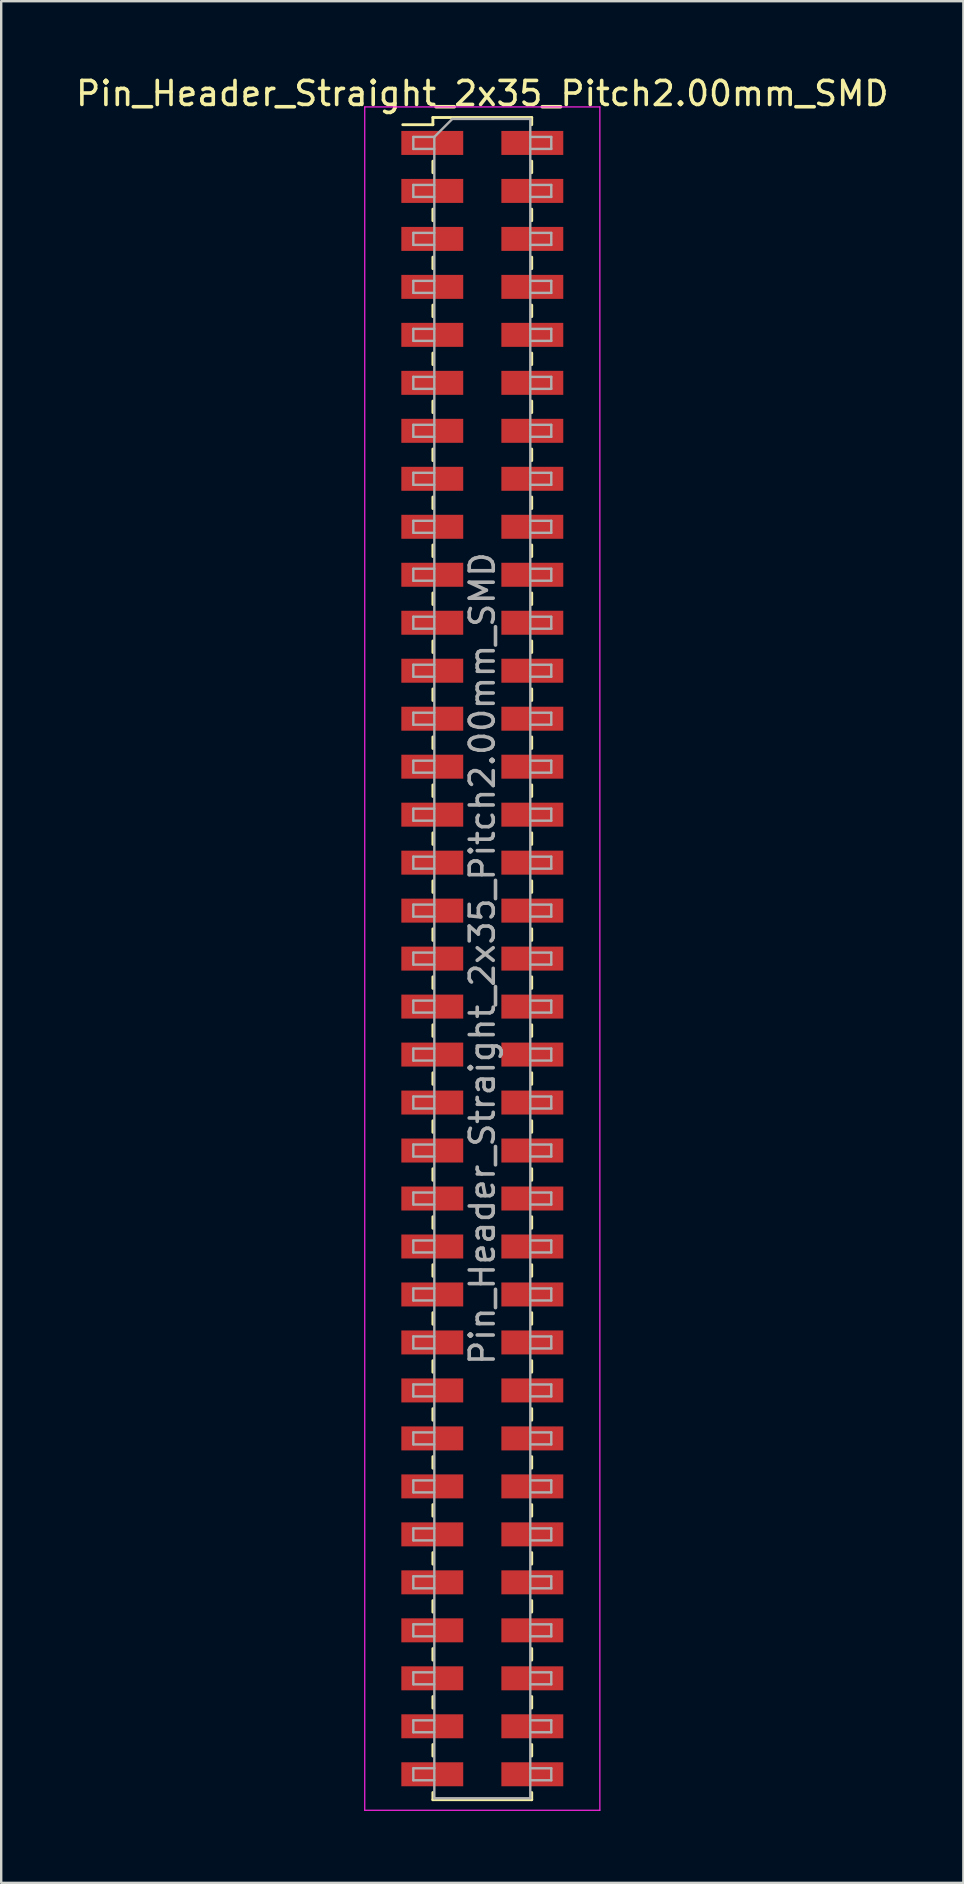
<source format=kicad_pcb>
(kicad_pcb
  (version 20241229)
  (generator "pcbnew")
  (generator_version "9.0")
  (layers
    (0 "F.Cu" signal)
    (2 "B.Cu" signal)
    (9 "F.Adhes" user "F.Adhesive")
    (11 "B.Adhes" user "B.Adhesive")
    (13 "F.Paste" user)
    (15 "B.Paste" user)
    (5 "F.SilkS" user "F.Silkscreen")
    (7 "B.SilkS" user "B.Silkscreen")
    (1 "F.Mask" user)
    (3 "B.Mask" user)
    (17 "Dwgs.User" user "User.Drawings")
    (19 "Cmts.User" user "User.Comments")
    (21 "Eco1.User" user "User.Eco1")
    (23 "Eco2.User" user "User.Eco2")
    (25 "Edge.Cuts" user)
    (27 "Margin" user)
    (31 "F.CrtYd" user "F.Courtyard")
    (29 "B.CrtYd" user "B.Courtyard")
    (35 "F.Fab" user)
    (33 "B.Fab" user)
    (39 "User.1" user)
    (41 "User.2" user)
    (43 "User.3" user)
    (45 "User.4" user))
  (footprint "Pin_Header_Straight_2x35_Pitch2.00mm_SMD"
    (layer "F.Cu")
    (at 17.054 36.908)
    (property "Reference" "Pin_Header_Straight_2x35_Pitch2.00mm_SMD" (at 0 -36.06 0) (layer "F.SilkS") (effects (font (size 1 1) (thickness 0.15))))
    (attr smd)
    (fp_line (start -3.315 -34.76) (end -2.06 -34.76) (stroke (width 0.12) (type solid)) (layer "F.SilkS"))
    (fp_line (start -2.06 -35.06) (end -2.06 -34.76) (stroke (width 0.12) (type solid)) (layer "F.SilkS"))
    (fp_line (start -2.06 -35.06) (end 2.06 -35.06) (stroke (width 0.12) (type solid)) (layer "F.SilkS"))
    (fp_line (start -2.06 -33.24) (end -2.06 -32.76) (stroke (width 0.12) (type solid)) (layer "F.SilkS"))
    (fp_line (start -2.06 -31.24) (end -2.06 -30.76) (stroke (width 0.12) (type solid)) (layer "F.SilkS"))
    (fp_line (start -2.06 -29.24) (end -2.06 -28.76) (stroke (width 0.12) (type solid)) (layer "F.SilkS"))
    (fp_line (start -2.06 -27.24) (end -2.06 -26.76) (stroke (width 0.12) (type solid)) (layer "F.SilkS"))
    (fp_line (start -2.06 -25.24) (end -2.06 -24.76) (stroke (width 0.12) (type solid)) (layer "F.SilkS"))
    (fp_line (start -2.06 -23.24) (end -2.06 -22.76) (stroke (width 0.12) (type solid)) (layer "F.SilkS"))
    (fp_line (start -2.06 -21.24) (end -2.06 -20.76) (stroke (width 0.12) (type solid)) (layer "F.SilkS"))
    (fp_line (start -2.06 -19.24) (end -2.06 -18.76) (stroke (width 0.12) (type solid)) (layer "F.SilkS"))
    (fp_line (start -2.06 -17.24) (end -2.06 -16.76) (stroke (width 0.12) (type solid)) (layer "F.SilkS"))
    (fp_line (start -2.06 -15.24) (end -2.06 -14.76) (stroke (width 0.12) (type solid)) (layer "F.SilkS"))
    (fp_line (start -2.06 -13.24) (end -2.06 -12.76) (stroke (width 0.12) (type solid)) (layer "F.SilkS"))
    (fp_line (start -2.06 -11.24) (end -2.06 -10.76) (stroke (width 0.12) (type solid)) (layer "F.SilkS"))
    (fp_line (start -2.06 -9.24) (end -2.06 -8.76) (stroke (width 0.12) (type solid)) (layer "F.SilkS"))
    (fp_line (start -2.06 -7.24) (end -2.06 -6.76) (stroke (width 0.12) (type solid)) (layer "F.SilkS"))
    (fp_line (start -2.06 -5.24) (end -2.06 -4.76) (stroke (width 0.12) (type solid)) (layer "F.SilkS"))
    (fp_line (start -2.06 -3.24) (end -2.06 -2.76) (stroke (width 0.12) (type solid)) (layer "F.SilkS"))
    (fp_line (start -2.06 -1.24) (end -2.06 -0.76) (stroke (width 0.12) (type solid)) (layer "F.SilkS"))
    (fp_line (start -2.06 0.76) (end -2.06 1.24) (stroke (width 0.12) (type solid)) (layer "F.SilkS"))
    (fp_line (start -2.06 2.76) (end -2.06 3.24) (stroke (width 0.12) (type solid)) (layer "F.SilkS"))
    (fp_line (start -2.06 4.76) (end -2.06 5.24) (stroke (width 0.12) (type solid)) (layer "F.SilkS"))
    (fp_line (start -2.06 6.76) (end -2.06 7.24) (stroke (width 0.12) (type solid)) (layer "F.SilkS"))
    (fp_line (start -2.06 8.76) (end -2.06 9.24) (stroke (width 0.12) (type solid)) (layer "F.SilkS"))
    (fp_line (start -2.06 10.76) (end -2.06 11.24) (stroke (width 0.12) (type solid)) (layer "F.SilkS"))
    (fp_line (start -2.06 12.76) (end -2.06 13.24) (stroke (width 0.12) (type solid)) (layer "F.SilkS"))
    (fp_line (start -2.06 14.76) (end -2.06 15.24) (stroke (width 0.12) (type solid)) (layer "F.SilkS"))
    (fp_line (start -2.06 16.76) (end -2.06 17.24) (stroke (width 0.12) (type solid)) (layer "F.SilkS"))
    (fp_line (start -2.06 18.76) (end -2.06 19.24) (stroke (width 0.12) (type solid)) (layer "F.SilkS"))
    (fp_line (start -2.06 20.76) (end -2.06 21.24) (stroke (width 0.12) (type solid)) (layer "F.SilkS"))
    (fp_line (start -2.06 22.76) (end -2.06 23.24) (stroke (width 0.12) (type solid)) (layer "F.SilkS"))
    (fp_line (start -2.06 24.76) (end -2.06 25.24) (stroke (width 0.12) (type solid)) (layer "F.SilkS"))
    (fp_line (start -2.06 26.76) (end -2.06 27.24) (stroke (width 0.12) (type solid)) (layer "F.SilkS"))
    (fp_line (start -2.06 28.76) (end -2.06 29.24) (stroke (width 0.12) (type solid)) (layer "F.SilkS"))
    (fp_line (start -2.06 30.76) (end -2.06 31.24) (stroke (width 0.12) (type solid)) (layer "F.SilkS"))
    (fp_line (start -2.06 32.76) (end -2.06 33.24) (stroke (width 0.12) (type solid)) (layer "F.SilkS"))
    (fp_line (start -2.06 34.76) (end -2.06 35.06) (stroke (width 0.12) (type solid)) (layer "F.SilkS"))
    (fp_line (start -2.06 35.06) (end 2.06 35.06) (stroke (width 0.12) (type solid)) (layer "F.SilkS"))
    (fp_line (start 2.06 -35.06) (end 2.06 -34.76) (stroke (width 0.12) (type solid)) (layer "F.SilkS"))
    (fp_line (start 2.06 -33.24) (end 2.06 -32.76) (stroke (width 0.12) (type solid)) (layer "F.SilkS"))
    (fp_line (start 2.06 -31.24) (end 2.06 -30.76) (stroke (width 0.12) (type solid)) (layer "F.SilkS"))
    (fp_line (start 2.06 -29.24) (end 2.06 -28.76) (stroke (width 0.12) (type solid)) (layer "F.SilkS"))
    (fp_line (start 2.06 -27.24) (end 2.06 -26.76) (stroke (width 0.12) (type solid)) (layer "F.SilkS"))
    (fp_line (start 2.06 -25.24) (end 2.06 -24.76) (stroke (width 0.12) (type solid)) (layer "F.SilkS"))
    (fp_line (start 2.06 -23.24) (end 2.06 -22.76) (stroke (width 0.12) (type solid)) (layer "F.SilkS"))
    (fp_line (start 2.06 -21.24) (end 2.06 -20.76) (stroke (width 0.12) (type solid)) (layer "F.SilkS"))
    (fp_line (start 2.06 -19.24) (end 2.06 -18.76) (stroke (width 0.12) (type solid)) (layer "F.SilkS"))
    (fp_line (start 2.06 -17.24) (end 2.06 -16.76) (stroke (width 0.12) (type solid)) (layer "F.SilkS"))
    (fp_line (start 2.06 -15.24) (end 2.06 -14.76) (stroke (width 0.12) (type solid)) (layer "F.SilkS"))
    (fp_line (start 2.06 -13.24) (end 2.06 -12.76) (stroke (width 0.12) (type solid)) (layer "F.SilkS"))
    (fp_line (start 2.06 -11.24) (end 2.06 -10.76) (stroke (width 0.12) (type solid)) (layer "F.SilkS"))
    (fp_line (start 2.06 -9.24) (end 2.06 -8.76) (stroke (width 0.12) (type solid)) (layer "F.SilkS"))
    (fp_line (start 2.06 -7.24) (end 2.06 -6.76) (stroke (width 0.12) (type solid)) (layer "F.SilkS"))
    (fp_line (start 2.06 -5.24) (end 2.06 -4.76) (stroke (width 0.12) (type solid)) (layer "F.SilkS"))
    (fp_line (start 2.06 -3.24) (end 2.06 -2.76) (stroke (width 0.12) (type solid)) (layer "F.SilkS"))
    (fp_line (start 2.06 -1.24) (end 2.06 -0.76) (stroke (width 0.12) (type solid)) (layer "F.SilkS"))
    (fp_line (start 2.06 0.76) (end 2.06 1.24) (stroke (width 0.12) (type solid)) (layer "F.SilkS"))
    (fp_line (start 2.06 2.76) (end 2.06 3.24) (stroke (width 0.12) (type solid)) (layer "F.SilkS"))
    (fp_line (start 2.06 4.76) (end 2.06 5.24) (stroke (width 0.12) (type solid)) (layer "F.SilkS"))
    (fp_line (start 2.06 6.76) (end 2.06 7.24) (stroke (width 0.12) (type solid)) (layer "F.SilkS"))
    (fp_line (start 2.06 8.76) (end 2.06 9.24) (stroke (width 0.12) (type solid)) (layer "F.SilkS"))
    (fp_line (start 2.06 10.76) (end 2.06 11.24) (stroke (width 0.12) (type solid)) (layer "F.SilkS"))
    (fp_line (start 2.06 12.76) (end 2.06 13.24) (stroke (width 0.12) (type solid)) (layer "F.SilkS"))
    (fp_line (start 2.06 14.76) (end 2.06 15.24) (stroke (width 0.12) (type solid)) (layer "F.SilkS"))
    (fp_line (start 2.06 16.76) (end 2.06 17.24) (stroke (width 0.12) (type solid)) (layer "F.SilkS"))
    (fp_line (start 2.06 18.76) (end 2.06 19.24) (stroke (width 0.12) (type solid)) (layer "F.SilkS"))
    (fp_line (start 2.06 20.76) (end 2.06 21.24) (stroke (width 0.12) (type solid)) (layer "F.SilkS"))
    (fp_line (start 2.06 22.76) (end 2.06 23.24) (stroke (width 0.12) (type solid)) (layer "F.SilkS"))
    (fp_line (start 2.06 24.76) (end 2.06 25.24) (stroke (width 0.12) (type solid)) (layer "F.SilkS"))
    (fp_line (start 2.06 26.76) (end 2.06 27.24) (stroke (width 0.12) (type solid)) (layer "F.SilkS"))
    (fp_line (start 2.06 28.76) (end 2.06 29.24) (stroke (width 0.12) (type solid)) (layer "F.SilkS"))
    (fp_line (start 2.06 30.76) (end 2.06 31.24) (stroke (width 0.12) (type solid)) (layer "F.SilkS"))
    (fp_line (start 2.06 32.76) (end 2.06 33.24) (stroke (width 0.12) (type solid)) (layer "F.SilkS"))
    (fp_line (start 2.06 34.76) (end 2.06 35.06) (stroke (width 0.12) (type solid)) (layer "F.SilkS"))
    (fp_line (start -4.9 -35.5) (end -4.9 35.5) (stroke (width 0.05) (type solid)) (layer "F.CrtYd"))
    (fp_line (start -4.9 35.5) (end 4.9 35.5) (stroke (width 0.05) (type solid)) (layer "F.CrtYd"))
    (fp_line (start 4.9 -35.5) (end -4.9 -35.5) (stroke (width 0.05) (type solid)) (layer "F.CrtYd"))
    (fp_line (start 4.9 35.5) (end 4.9 -35.5) (stroke (width 0.05) (type solid)) (layer "F.CrtYd"))
    (fp_line (start -2.875 -34.25) (end -2.875 -33.75) (stroke (width 0.1) (type solid)) (layer "F.Fab"))
    (fp_line (start -2.875 -33.75) (end -2 -33.75) (stroke (width 0.1) (type solid)) (layer "F.Fab"))
    (fp_line (start -2.875 -32.25) (end -2.875 -31.75) (stroke (width 0.1) (type solid)) (layer "F.Fab"))
    (fp_line (start -2.875 -31.75) (end -2 -31.75) (stroke (width 0.1) (type solid)) (layer "F.Fab"))
    (fp_line (start -2.875 -30.25) (end -2.875 -29.75) (stroke (width 0.1) (type solid)) (layer "F.Fab"))
    (fp_line (start -2.875 -29.75) (end -2 -29.75) (stroke (width 0.1) (type solid)) (layer "F.Fab"))
    (fp_line (start -2.875 -28.25) (end -2.875 -27.75) (stroke (width 0.1) (type solid)) (layer "F.Fab"))
    (fp_line (start -2.875 -27.75) (end -2 -27.75) (stroke (width 0.1) (type solid)) (layer "F.Fab"))
    (fp_line (start -2.875 -26.25) (end -2.875 -25.75) (stroke (width 0.1) (type solid)) (layer "F.Fab"))
    (fp_line (start -2.875 -25.75) (end -2 -25.75) (stroke (width 0.1) (type solid)) (layer "F.Fab"))
    (fp_line (start -2.875 -24.25) (end -2.875 -23.75) (stroke (width 0.1) (type solid)) (layer "F.Fab"))
    (fp_line (start -2.875 -23.75) (end -2 -23.75) (stroke (width 0.1) (type solid)) (layer "F.Fab"))
    (fp_line (start -2.875 -22.25) (end -2.875 -21.75) (stroke (width 0.1) (type solid)) (layer "F.Fab"))
    (fp_line (start -2.875 -21.75) (end -2 -21.75) (stroke (width 0.1) (type solid)) (layer "F.Fab"))
    (fp_line (start -2.875 -20.25) (end -2.875 -19.75) (stroke (width 0.1) (type solid)) (layer "F.Fab"))
    (fp_line (start -2.875 -19.75) (end -2 -19.75) (stroke (width 0.1) (type solid)) (layer "F.Fab"))
    (fp_line (start -2.875 -18.25) (end -2.875 -17.75) (stroke (width 0.1) (type solid)) (layer "F.Fab"))
    (fp_line (start -2.875 -17.75) (end -2 -17.75) (stroke (width 0.1) (type solid)) (layer "F.Fab"))
    (fp_line (start -2.875 -16.25) (end -2.875 -15.75) (stroke (width 0.1) (type solid)) (layer "F.Fab"))
    (fp_line (start -2.875 -15.75) (end -2 -15.75) (stroke (width 0.1) (type solid)) (layer "F.Fab"))
    (fp_line (start -2.875 -14.25) (end -2.875 -13.75) (stroke (width 0.1) (type solid)) (layer "F.Fab"))
    (fp_line (start -2.875 -13.75) (end -2 -13.75) (stroke (width 0.1) (type solid)) (layer "F.Fab"))
    (fp_line (start -2.875 -12.25) (end -2.875 -11.75) (stroke (width 0.1) (type solid)) (layer "F.Fab"))
    (fp_line (start -2.875 -11.75) (end -2 -11.75) (stroke (width 0.1) (type solid)) (layer "F.Fab"))
    (fp_line (start -2.875 -10.25) (end -2.875 -9.75) (stroke (width 0.1) (type solid)) (layer "F.Fab"))
    (fp_line (start -2.875 -9.75) (end -2 -9.75) (stroke (width 0.1) (type solid)) (layer "F.Fab"))
    (fp_line (start -2.875 -8.25) (end -2.875 -7.75) (stroke (width 0.1) (type solid)) (layer "F.Fab"))
    (fp_line (start -2.875 -7.75) (end -2 -7.75) (stroke (width 0.1) (type solid)) (layer "F.Fab"))
    (fp_line (start -2.875 -6.25) (end -2.875 -5.75) (stroke (width 0.1) (type solid)) (layer "F.Fab"))
    (fp_line (start -2.875 -5.75) (end -2 -5.75) (stroke (width 0.1) (type solid)) (layer "F.Fab"))
    (fp_line (start -2.875 -4.25) (end -2.875 -3.75) (stroke (width 0.1) (type solid)) (layer "F.Fab"))
    (fp_line (start -2.875 -3.75) (end -2 -3.75) (stroke (width 0.1) (type solid)) (layer "F.Fab"))
    (fp_line (start -2.875 -2.25) (end -2.875 -1.75) (stroke (width 0.1) (type solid)) (layer "F.Fab"))
    (fp_line (start -2.875 -1.75) (end -2 -1.75) (stroke (width 0.1) (type solid)) (layer "F.Fab"))
    (fp_line (start -2.875 -0.25) (end -2.875 0.25) (stroke (width 0.1) (type solid)) (layer "F.Fab"))
    (fp_line (start -2.875 0.25) (end -2 0.25) (stroke (width 0.1) (type solid)) (layer "F.Fab"))
    (fp_line (start -2.875 1.75) (end -2.875 2.25) (stroke (width 0.1) (type solid)) (layer "F.Fab"))
    (fp_line (start -2.875 2.25) (end -2 2.25) (stroke (width 0.1) (type solid)) (layer "F.Fab"))
    (fp_line (start -2.875 3.75) (end -2.875 4.25) (stroke (width 0.1) (type solid)) (layer "F.Fab"))
    (fp_line (start -2.875 4.25) (end -2 4.25) (stroke (width 0.1) (type solid)) (layer "F.Fab"))
    (fp_line (start -2.875 5.75) (end -2.875 6.25) (stroke (width 0.1) (type solid)) (layer "F.Fab"))
    (fp_line (start -2.875 6.25) (end -2 6.25) (stroke (width 0.1) (type solid)) (layer "F.Fab"))
    (fp_line (start -2.875 7.75) (end -2.875 8.25) (stroke (width 0.1) (type solid)) (layer "F.Fab"))
    (fp_line (start -2.875 8.25) (end -2 8.25) (stroke (width 0.1) (type solid)) (layer "F.Fab"))
    (fp_line (start -2.875 9.75) (end -2.875 10.25) (stroke (width 0.1) (type solid)) (layer "F.Fab"))
    (fp_line (start -2.875 10.25) (end -2 10.25) (stroke (width 0.1) (type solid)) (layer "F.Fab"))
    (fp_line (start -2.875 11.75) (end -2.875 12.25) (stroke (width 0.1) (type solid)) (layer "F.Fab"))
    (fp_line (start -2.875 12.25) (end -2 12.25) (stroke (width 0.1) (type solid)) (layer "F.Fab"))
    (fp_line (start -2.875 13.75) (end -2.875 14.25) (stroke (width 0.1) (type solid)) (layer "F.Fab"))
    (fp_line (start -2.875 14.25) (end -2 14.25) (stroke (width 0.1) (type solid)) (layer "F.Fab"))
    (fp_line (start -2.875 15.75) (end -2.875 16.25) (stroke (width 0.1) (type solid)) (layer "F.Fab"))
    (fp_line (start -2.875 16.25) (end -2 16.25) (stroke (width 0.1) (type solid)) (layer "F.Fab"))
    (fp_line (start -2.875 17.75) (end -2.875 18.25) (stroke (width 0.1) (type solid)) (layer "F.Fab"))
    (fp_line (start -2.875 18.25) (end -2 18.25) (stroke (width 0.1) (type solid)) (layer "F.Fab"))
    (fp_line (start -2.875 19.75) (end -2.875 20.25) (stroke (width 0.1) (type solid)) (layer "F.Fab"))
    (fp_line (start -2.875 20.25) (end -2 20.25) (stroke (width 0.1) (type solid)) (layer "F.Fab"))
    (fp_line (start -2.875 21.75) (end -2.875 22.25) (stroke (width 0.1) (type solid)) (layer "F.Fab"))
    (fp_line (start -2.875 22.25) (end -2 22.25) (stroke (width 0.1) (type solid)) (layer "F.Fab"))
    (fp_line (start -2.875 23.75) (end -2.875 24.25) (stroke (width 0.1) (type solid)) (layer "F.Fab"))
    (fp_line (start -2.875 24.25) (end -2 24.25) (stroke (width 0.1) (type solid)) (layer "F.Fab"))
    (fp_line (start -2.875 25.75) (end -2.875 26.25) (stroke (width 0.1) (type solid)) (layer "F.Fab"))
    (fp_line (start -2.875 26.25) (end -2 26.25) (stroke (width 0.1) (type solid)) (layer "F.Fab"))
    (fp_line (start -2.875 27.75) (end -2.875 28.25) (stroke (width 0.1) (type solid)) (layer "F.Fab"))
    (fp_line (start -2.875 28.25) (end -2 28.25) (stroke (width 0.1) (type solid)) (layer "F.Fab"))
    (fp_line (start -2.875 29.75) (end -2.875 30.25) (stroke (width 0.1) (type solid)) (layer "F.Fab"))
    (fp_line (start -2.875 30.25) (end -2 30.25) (stroke (width 0.1) (type solid)) (layer "F.Fab"))
    (fp_line (start -2.875 31.75) (end -2.875 32.25) (stroke (width 0.1) (type solid)) (layer "F.Fab"))
    (fp_line (start -2.875 32.25) (end -2 32.25) (stroke (width 0.1) (type solid)) (layer "F.Fab"))
    (fp_line (start -2.875 33.75) (end -2.875 34.25) (stroke (width 0.1) (type solid)) (layer "F.Fab"))
    (fp_line (start -2.875 34.25) (end -2 34.25) (stroke (width 0.1) (type solid)) (layer "F.Fab"))
    (fp_line (start -2 -34.25) (end -2.875 -34.25) (stroke (width 0.1) (type solid)) (layer "F.Fab"))
    (fp_line (start -2 -34.25) (end -1.25 -35) (stroke (width 0.1) (type solid)) (layer "F.Fab"))
    (fp_line (start -2 -32.25) (end -2.875 -32.25) (stroke (width 0.1) (type solid)) (layer "F.Fab"))
    (fp_line (start -2 -30.25) (end -2.875 -30.25) (stroke (width 0.1) (type solid)) (layer "F.Fab"))
    (fp_line (start -2 -28.25) (end -2.875 -28.25) (stroke (width 0.1) (type solid)) (layer "F.Fab"))
    (fp_line (start -2 -26.25) (end -2.875 -26.25) (stroke (width 0.1) (type solid)) (layer "F.Fab"))
    (fp_line (start -2 -24.25) (end -2.875 -24.25) (stroke (width 0.1) (type solid)) (layer "F.Fab"))
    (fp_line (start -2 -22.25) (end -2.875 -22.25) (stroke (width 0.1) (type solid)) (layer "F.Fab"))
    (fp_line (start -2 -20.25) (end -2.875 -20.25) (stroke (width 0.1) (type solid)) (layer "F.Fab"))
    (fp_line (start -2 -18.25) (end -2.875 -18.25) (stroke (width 0.1) (type solid)) (layer "F.Fab"))
    (fp_line (start -2 -16.25) (end -2.875 -16.25) (stroke (width 0.1) (type solid)) (layer "F.Fab"))
    (fp_line (start -2 -14.25) (end -2.875 -14.25) (stroke (width 0.1) (type solid)) (layer "F.Fab"))
    (fp_line (start -2 -12.25) (end -2.875 -12.25) (stroke (width 0.1) (type solid)) (layer "F.Fab"))
    (fp_line (start -2 -10.25) (end -2.875 -10.25) (stroke (width 0.1) (type solid)) (layer "F.Fab"))
    (fp_line (start -2 -8.25) (end -2.875 -8.25) (stroke (width 0.1) (type solid)) (layer "F.Fab"))
    (fp_line (start -2 -6.25) (end -2.875 -6.25) (stroke (width 0.1) (type solid)) (layer "F.Fab"))
    (fp_line (start -2 -4.25) (end -2.875 -4.25) (stroke (width 0.1) (type solid)) (layer "F.Fab"))
    (fp_line (start -2 -2.25) (end -2.875 -2.25) (stroke (width 0.1) (type solid)) (layer "F.Fab"))
    (fp_line (start -2 -0.25) (end -2.875 -0.25) (stroke (width 0.1) (type solid)) (layer "F.Fab"))
    (fp_line (start -2 1.75) (end -2.875 1.75) (stroke (width 0.1) (type solid)) (layer "F.Fab"))
    (fp_line (start -2 3.75) (end -2.875 3.75) (stroke (width 0.1) (type solid)) (layer "F.Fab"))
    (fp_line (start -2 5.75) (end -2.875 5.75) (stroke (width 0.1) (type solid)) (layer "F.Fab"))
    (fp_line (start -2 7.75) (end -2.875 7.75) (stroke (width 0.1) (type solid)) (layer "F.Fab"))
    (fp_line (start -2 9.75) (end -2.875 9.75) (stroke (width 0.1) (type solid)) (layer "F.Fab"))
    (fp_line (start -2 11.75) (end -2.875 11.75) (stroke (width 0.1) (type solid)) (layer "F.Fab"))
    (fp_line (start -2 13.75) (end -2.875 13.75) (stroke (width 0.1) (type solid)) (layer "F.Fab"))
    (fp_line (start -2 15.75) (end -2.875 15.75) (stroke (width 0.1) (type solid)) (layer "F.Fab"))
    (fp_line (start -2 17.75) (end -2.875 17.75) (stroke (width 0.1) (type solid)) (layer "F.Fab"))
    (fp_line (start -2 19.75) (end -2.875 19.75) (stroke (width 0.1) (type solid)) (layer "F.Fab"))
    (fp_line (start -2 21.75) (end -2.875 21.75) (stroke (width 0.1) (type solid)) (layer "F.Fab"))
    (fp_line (start -2 23.75) (end -2.875 23.75) (stroke (width 0.1) (type solid)) (layer "F.Fab"))
    (fp_line (start -2 25.75) (end -2.875 25.75) (stroke (width 0.1) (type solid)) (layer "F.Fab"))
    (fp_line (start -2 27.75) (end -2.875 27.75) (stroke (width 0.1) (type solid)) (layer "F.Fab"))
    (fp_line (start -2 29.75) (end -2.875 29.75) (stroke (width 0.1) (type solid)) (layer "F.Fab"))
    (fp_line (start -2 31.75) (end -2.875 31.75) (stroke (width 0.1) (type solid)) (layer "F.Fab"))
    (fp_line (start -2 33.75) (end -2.875 33.75) (stroke (width 0.1) (type solid)) (layer "F.Fab"))
    (fp_line (start -2 35) (end -2 -34.25) (stroke (width 0.1) (type solid)) (layer "F.Fab"))
    (fp_line (start -1.25 -35) (end 2 -35) (stroke (width 0.1) (type solid)) (layer "F.Fab"))
    (fp_line (start 2 -35) (end 2 35) (stroke (width 0.1) (type solid)) (layer "F.Fab"))
    (fp_line (start 2 -34.25) (end 2.875 -34.25) (stroke (width 0.1) (type solid)) (layer "F.Fab"))
    (fp_line (start 2 -32.25) (end 2.875 -32.25) (stroke (width 0.1) (type solid)) (layer "F.Fab"))
    (fp_line (start 2 -30.25) (end 2.875 -30.25) (stroke (width 0.1) (type solid)) (layer "F.Fab"))
    (fp_line (start 2 -28.25) (end 2.875 -28.25) (stroke (width 0.1) (type solid)) (layer "F.Fab"))
    (fp_line (start 2 -26.25) (end 2.875 -26.25) (stroke (width 0.1) (type solid)) (layer "F.Fab"))
    (fp_line (start 2 -24.25) (end 2.875 -24.25) (stroke (width 0.1) (type solid)) (layer "F.Fab"))
    (fp_line (start 2 -22.25) (end 2.875 -22.25) (stroke (width 0.1) (type solid)) (layer "F.Fab"))
    (fp_line (start 2 -20.25) (end 2.875 -20.25) (stroke (width 0.1) (type solid)) (layer "F.Fab"))
    (fp_line (start 2 -18.25) (end 2.875 -18.25) (stroke (width 0.1) (type solid)) (layer "F.Fab"))
    (fp_line (start 2 -16.25) (end 2.875 -16.25) (stroke (width 0.1) (type solid)) (layer "F.Fab"))
    (fp_line (start 2 -14.25) (end 2.875 -14.25) (stroke (width 0.1) (type solid)) (layer "F.Fab"))
    (fp_line (start 2 -12.25) (end 2.875 -12.25) (stroke (width 0.1) (type solid)) (layer "F.Fab"))
    (fp_line (start 2 -10.25) (end 2.875 -10.25) (stroke (width 0.1) (type solid)) (layer "F.Fab"))
    (fp_line (start 2 -8.25) (end 2.875 -8.25) (stroke (width 0.1) (type solid)) (layer "F.Fab"))
    (fp_line (start 2 -6.25) (end 2.875 -6.25) (stroke (width 0.1) (type solid)) (layer "F.Fab"))
    (fp_line (start 2 -4.25) (end 2.875 -4.25) (stroke (width 0.1) (type solid)) (layer "F.Fab"))
    (fp_line (start 2 -2.25) (end 2.875 -2.25) (stroke (width 0.1) (type solid)) (layer "F.Fab"))
    (fp_line (start 2 -0.25) (end 2.875 -0.25) (stroke (width 0.1) (type solid)) (layer "F.Fab"))
    (fp_line (start 2 1.75) (end 2.875 1.75) (stroke (width 0.1) (type solid)) (layer "F.Fab"))
    (fp_line (start 2 3.75) (end 2.875 3.75) (stroke (width 0.1) (type solid)) (layer "F.Fab"))
    (fp_line (start 2 5.75) (end 2.875 5.75) (stroke (width 0.1) (type solid)) (layer "F.Fab"))
    (fp_line (start 2 7.75) (end 2.875 7.75) (stroke (width 0.1) (type solid)) (layer "F.Fab"))
    (fp_line (start 2 9.75) (end 2.875 9.75) (stroke (width 0.1) (type solid)) (layer "F.Fab"))
    (fp_line (start 2 11.75) (end 2.875 11.75) (stroke (width 0.1) (type solid)) (layer "F.Fab"))
    (fp_line (start 2 13.75) (end 2.875 13.75) (stroke (width 0.1) (type solid)) (layer "F.Fab"))
    (fp_line (start 2 15.75) (end 2.875 15.75) (stroke (width 0.1) (type solid)) (layer "F.Fab"))
    (fp_line (start 2 17.75) (end 2.875 17.75) (stroke (width 0.1) (type solid)) (layer "F.Fab"))
    (fp_line (start 2 19.75) (end 2.875 19.75) (stroke (width 0.1) (type solid)) (layer "F.Fab"))
    (fp_line (start 2 21.75) (end 2.875 21.75) (stroke (width 0.1) (type solid)) (layer "F.Fab"))
    (fp_line (start 2 23.75) (end 2.875 23.75) (stroke (width 0.1) (type solid)) (layer "F.Fab"))
    (fp_line (start 2 25.75) (end 2.875 25.75) (stroke (width 0.1) (type solid)) (layer "F.Fab"))
    (fp_line (start 2 27.75) (end 2.875 27.75) (stroke (width 0.1) (type solid)) (layer "F.Fab"))
    (fp_line (start 2 29.75) (end 2.875 29.75) (stroke (width 0.1) (type solid)) (layer "F.Fab"))
    (fp_line (start 2 31.75) (end 2.875 31.75) (stroke (width 0.1) (type solid)) (layer "F.Fab"))
    (fp_line (start 2 33.75) (end 2.875 33.75) (stroke (width 0.1) (type solid)) (layer "F.Fab"))
    (fp_line (start 2 35) (end -2 35) (stroke (width 0.1) (type solid)) (layer "F.Fab"))
    (fp_line (start 2.875 -34.25) (end 2.875 -33.75) (stroke (width 0.1) (type solid)) (layer "F.Fab"))
    (fp_line (start 2.875 -33.75) (end 2 -33.75) (stroke (width 0.1) (type solid)) (layer "F.Fab"))
    (fp_line (start 2.875 -32.25) (end 2.875 -31.75) (stroke (width 0.1) (type solid)) (layer "F.Fab"))
    (fp_line (start 2.875 -31.75) (end 2 -31.75) (stroke (width 0.1) (type solid)) (layer "F.Fab"))
    (fp_line (start 2.875 -30.25) (end 2.875 -29.75) (stroke (width 0.1) (type solid)) (layer "F.Fab"))
    (fp_line (start 2.875 -29.75) (end 2 -29.75) (stroke (width 0.1) (type solid)) (layer "F.Fab"))
    (fp_line (start 2.875 -28.25) (end 2.875 -27.75) (stroke (width 0.1) (type solid)) (layer "F.Fab"))
    (fp_line (start 2.875 -27.75) (end 2 -27.75) (stroke (width 0.1) (type solid)) (layer "F.Fab"))
    (fp_line (start 2.875 -26.25) (end 2.875 -25.75) (stroke (width 0.1) (type solid)) (layer "F.Fab"))
    (fp_line (start 2.875 -25.75) (end 2 -25.75) (stroke (width 0.1) (type solid)) (layer "F.Fab"))
    (fp_line (start 2.875 -24.25) (end 2.875 -23.75) (stroke (width 0.1) (type solid)) (layer "F.Fab"))
    (fp_line (start 2.875 -23.75) (end 2 -23.75) (stroke (width 0.1) (type solid)) (layer "F.Fab"))
    (fp_line (start 2.875 -22.25) (end 2.875 -21.75) (stroke (width 0.1) (type solid)) (layer "F.Fab"))
    (fp_line (start 2.875 -21.75) (end 2 -21.75) (stroke (width 0.1) (type solid)) (layer "F.Fab"))
    (fp_line (start 2.875 -20.25) (end 2.875 -19.75) (stroke (width 0.1) (type solid)) (layer "F.Fab"))
    (fp_line (start 2.875 -19.75) (end 2 -19.75) (stroke (width 0.1) (type solid)) (layer "F.Fab"))
    (fp_line (start 2.875 -18.25) (end 2.875 -17.75) (stroke (width 0.1) (type solid)) (layer "F.Fab"))
    (fp_line (start 2.875 -17.75) (end 2 -17.75) (stroke (width 0.1) (type solid)) (layer "F.Fab"))
    (fp_line (start 2.875 -16.25) (end 2.875 -15.75) (stroke (width 0.1) (type solid)) (layer "F.Fab"))
    (fp_line (start 2.875 -15.75) (end 2 -15.75) (stroke (width 0.1) (type solid)) (layer "F.Fab"))
    (fp_line (start 2.875 -14.25) (end 2.875 -13.75) (stroke (width 0.1) (type solid)) (layer "F.Fab"))
    (fp_line (start 2.875 -13.75) (end 2 -13.75) (stroke (width 0.1) (type solid)) (layer "F.Fab"))
    (fp_line (start 2.875 -12.25) (end 2.875 -11.75) (stroke (width 0.1) (type solid)) (layer "F.Fab"))
    (fp_line (start 2.875 -11.75) (end 2 -11.75) (stroke (width 0.1) (type solid)) (layer "F.Fab"))
    (fp_line (start 2.875 -10.25) (end 2.875 -9.75) (stroke (width 0.1) (type solid)) (layer "F.Fab"))
    (fp_line (start 2.875 -9.75) (end 2 -9.75) (stroke (width 0.1) (type solid)) (layer "F.Fab"))
    (fp_line (start 2.875 -8.25) (end 2.875 -7.75) (stroke (width 0.1) (type solid)) (layer "F.Fab"))
    (fp_line (start 2.875 -7.75) (end 2 -7.75) (stroke (width 0.1) (type solid)) (layer "F.Fab"))
    (fp_line (start 2.875 -6.25) (end 2.875 -5.75) (stroke (width 0.1) (type solid)) (layer "F.Fab"))
    (fp_line (start 2.875 -5.75) (end 2 -5.75) (stroke (width 0.1) (type solid)) (layer "F.Fab"))
    (fp_line (start 2.875 -4.25) (end 2.875 -3.75) (stroke (width 0.1) (type solid)) (layer "F.Fab"))
    (fp_line (start 2.875 -3.75) (end 2 -3.75) (stroke (width 0.1) (type solid)) (layer "F.Fab"))
    (fp_line (start 2.875 -2.25) (end 2.875 -1.75) (stroke (width 0.1) (type solid)) (layer "F.Fab"))
    (fp_line (start 2.875 -1.75) (end 2 -1.75) (stroke (width 0.1) (type solid)) (layer "F.Fab"))
    (fp_line (start 2.875 -0.25) (end 2.875 0.25) (stroke (width 0.1) (type solid)) (layer "F.Fab"))
    (fp_line (start 2.875 0.25) (end 2 0.25) (stroke (width 0.1) (type solid)) (layer "F.Fab"))
    (fp_line (start 2.875 1.75) (end 2.875 2.25) (stroke (width 0.1) (type solid)) (layer "F.Fab"))
    (fp_line (start 2.875 2.25) (end 2 2.25) (stroke (width 0.1) (type solid)) (layer "F.Fab"))
    (fp_line (start 2.875 3.75) (end 2.875 4.25) (stroke (width 0.1) (type solid)) (layer "F.Fab"))
    (fp_line (start 2.875 4.25) (end 2 4.25) (stroke (width 0.1) (type solid)) (layer "F.Fab"))
    (fp_line (start 2.875 5.75) (end 2.875 6.25) (stroke (width 0.1) (type solid)) (layer "F.Fab"))
    (fp_line (start 2.875 6.25) (end 2 6.25) (stroke (width 0.1) (type solid)) (layer "F.Fab"))
    (fp_line (start 2.875 7.75) (end 2.875 8.25) (stroke (width 0.1) (type solid)) (layer "F.Fab"))
    (fp_line (start 2.875 8.25) (end 2 8.25) (stroke (width 0.1) (type solid)) (layer "F.Fab"))
    (fp_line (start 2.875 9.75) (end 2.875 10.25) (stroke (width 0.1) (type solid)) (layer "F.Fab"))
    (fp_line (start 2.875 10.25) (end 2 10.25) (stroke (width 0.1) (type solid)) (layer "F.Fab"))
    (fp_line (start 2.875 11.75) (end 2.875 12.25) (stroke (width 0.1) (type solid)) (layer "F.Fab"))
    (fp_line (start 2.875 12.25) (end 2 12.25) (stroke (width 0.1) (type solid)) (layer "F.Fab"))
    (fp_line (start 2.875 13.75) (end 2.875 14.25) (stroke (width 0.1) (type solid)) (layer "F.Fab"))
    (fp_line (start 2.875 14.25) (end 2 14.25) (stroke (width 0.1) (type solid)) (layer "F.Fab"))
    (fp_line (start 2.875 15.75) (end 2.875 16.25) (stroke (width 0.1) (type solid)) (layer "F.Fab"))
    (fp_line (start 2.875 16.25) (end 2 16.25) (stroke (width 0.1) (type solid)) (layer "F.Fab"))
    (fp_line (start 2.875 17.75) (end 2.875 18.25) (stroke (width 0.1) (type solid)) (layer "F.Fab"))
    (fp_line (start 2.875 18.25) (end 2 18.25) (stroke (width 0.1) (type solid)) (layer "F.Fab"))
    (fp_line (start 2.875 19.75) (end 2.875 20.25) (stroke (width 0.1) (type solid)) (layer "F.Fab"))
    (fp_line (start 2.875 20.25) (end 2 20.25) (stroke (width 0.1) (type solid)) (layer "F.Fab"))
    (fp_line (start 2.875 21.75) (end 2.875 22.25) (stroke (width 0.1) (type solid)) (layer "F.Fab"))
    (fp_line (start 2.875 22.25) (end 2 22.25) (stroke (width 0.1) (type solid)) (layer "F.Fab"))
    (fp_line (start 2.875 23.75) (end 2.875 24.25) (stroke (width 0.1) (type solid)) (layer "F.Fab"))
    (fp_line (start 2.875 24.25) (end 2 24.25) (stroke (width 0.1) (type solid)) (layer "F.Fab"))
    (fp_line (start 2.875 25.75) (end 2.875 26.25) (stroke (width 0.1) (type solid)) (layer "F.Fab"))
    (fp_line (start 2.875 26.25) (end 2 26.25) (stroke (width 0.1) (type solid)) (layer "F.Fab"))
    (fp_line (start 2.875 27.75) (end 2.875 28.25) (stroke (width 0.1) (type solid)) (layer "F.Fab"))
    (fp_line (start 2.875 28.25) (end 2 28.25) (stroke (width 0.1) (type solid)) (layer "F.Fab"))
    (fp_line (start 2.875 29.75) (end 2.875 30.25) (stroke (width 0.1) (type solid)) (layer "F.Fab"))
    (fp_line (start 2.875 30.25) (end 2 30.25) (stroke (width 0.1) (type solid)) (layer "F.Fab"))
    (fp_line (start 2.875 31.75) (end 2.875 32.25) (stroke (width 0.1) (type solid)) (layer "F.Fab"))
    (fp_line (start 2.875 32.25) (end 2 32.25) (stroke (width 0.1) (type solid)) (layer "F.Fab"))
    (fp_line (start 2.875 33.75) (end 2.875 34.25) (stroke (width 0.1) (type solid)) (layer "F.Fab"))
    (fp_line (start 2.875 34.25) (end 2 34.25) (stroke (width 0.1) (type solid)) (layer "F.Fab"))
    (fp_text user "${REFERENCE}" (at 0 0 90) (layer "F.Fab") (effects (font (size 1 1) (thickness 0.15))))
    (pad "1" smd rect (at -2.085 -34) (size 2.58 1) (layers "F.Cu" "F.Mask" "F.Paste"))
    (pad "2" smd rect (at 2.085 -34) (size 2.58 1) (layers "F.Cu" "F.Mask" "F.Paste"))
    (pad "3" smd rect (at -2.085 -32) (size 2.58 1) (layers "F.Cu" "F.Mask" "F.Paste"))
    (pad "4" smd rect (at 2.085 -32) (size 2.58 1) (layers "F.Cu" "F.Mask" "F.Paste"))
    (pad "5" smd rect (at -2.085 -30) (size 2.58 1) (layers "F.Cu" "F.Mask" "F.Paste"))
    (pad "6" smd rect (at 2.085 -30) (size 2.58 1) (layers "F.Cu" "F.Mask" "F.Paste"))
    (pad "7" smd rect (at -2.085 -28) (size 2.58 1) (layers "F.Cu" "F.Mask" "F.Paste"))
    (pad "8" smd rect (at 2.085 -28) (size 2.58 1) (layers "F.Cu" "F.Mask" "F.Paste"))
    (pad "9" smd rect (at -2.085 -26) (size 2.58 1) (layers "F.Cu" "F.Mask" "F.Paste"))
    (pad "10" smd rect (at 2.085 -26) (size 2.58 1) (layers "F.Cu" "F.Mask" "F.Paste"))
    (pad "11" smd rect (at -2.085 -24) (size 2.58 1) (layers "F.Cu" "F.Mask" "F.Paste"))
    (pad "12" smd rect (at 2.085 -24) (size 2.58 1) (layers "F.Cu" "F.Mask" "F.Paste"))
    (pad "13" smd rect (at -2.085 -22) (size 2.58 1) (layers "F.Cu" "F.Mask" "F.Paste"))
    (pad "14" smd rect (at 2.085 -22) (size 2.58 1) (layers "F.Cu" "F.Mask" "F.Paste"))
    (pad "15" smd rect (at -2.085 -20) (size 2.58 1) (layers "F.Cu" "F.Mask" "F.Paste"))
    (pad "16" smd rect (at 2.085 -20) (size 2.58 1) (layers "F.Cu" "F.Mask" "F.Paste"))
    (pad "17" smd rect (at -2.085 -18) (size 2.58 1) (layers "F.Cu" "F.Mask" "F.Paste"))
    (pad "18" smd rect (at 2.085 -18) (size 2.58 1) (layers "F.Cu" "F.Mask" "F.Paste"))
    (pad "19" smd rect (at -2.085 -16) (size 2.58 1) (layers "F.Cu" "F.Mask" "F.Paste"))
    (pad "20" smd rect (at 2.085 -16) (size 2.58 1) (layers "F.Cu" "F.Mask" "F.Paste"))
    (pad "21" smd rect (at -2.085 -14) (size 2.58 1) (layers "F.Cu" "F.Mask" "F.Paste"))
    (pad "22" smd rect (at 2.085 -14) (size 2.58 1) (layers "F.Cu" "F.Mask" "F.Paste"))
    (pad "23" smd rect (at -2.085 -12) (size 2.58 1) (layers "F.Cu" "F.Mask" "F.Paste"))
    (pad "24" smd rect (at 2.085 -12) (size 2.58 1) (layers "F.Cu" "F.Mask" "F.Paste"))
    (pad "25" smd rect (at -2.085 -10) (size 2.58 1) (layers "F.Cu" "F.Mask" "F.Paste"))
    (pad "26" smd rect (at 2.085 -10) (size 2.58 1) (layers "F.Cu" "F.Mask" "F.Paste"))
    (pad "27" smd rect (at -2.085 -8) (size 2.58 1) (layers "F.Cu" "F.Mask" "F.Paste"))
    (pad "28" smd rect (at 2.085 -8) (size 2.58 1) (layers "F.Cu" "F.Mask" "F.Paste"))
    (pad "29" smd rect (at -2.085 -6) (size 2.58 1) (layers "F.Cu" "F.Mask" "F.Paste"))
    (pad "30" smd rect (at 2.085 -6) (size 2.58 1) (layers "F.Cu" "F.Mask" "F.Paste"))
    (pad "31" smd rect (at -2.085 -4) (size 2.58 1) (layers "F.Cu" "F.Mask" "F.Paste"))
    (pad "32" smd rect (at 2.085 -4) (size 2.58 1) (layers "F.Cu" "F.Mask" "F.Paste"))
    (pad "33" smd rect (at -2.085 -2) (size 2.58 1) (layers "F.Cu" "F.Mask" "F.Paste"))
    (pad "34" smd rect (at 2.085 -2) (size 2.58 1) (layers "F.Cu" "F.Mask" "F.Paste"))
    (pad "35" smd rect (at -2.085 0) (size 2.58 1) (layers "F.Cu" "F.Mask" "F.Paste"))
    (pad "36" smd rect (at 2.085 0) (size 2.58 1) (layers "F.Cu" "F.Mask" "F.Paste"))
    (pad "37" smd rect (at -2.085 2) (size 2.58 1) (layers "F.Cu" "F.Mask" "F.Paste"))
    (pad "38" smd rect (at 2.085 2) (size 2.58 1) (layers "F.Cu" "F.Mask" "F.Paste"))
    (pad "39" smd rect (at -2.085 4) (size 2.58 1) (layers "F.Cu" "F.Mask" "F.Paste"))
    (pad "40" smd rect (at 2.085 4) (size 2.58 1) (layers "F.Cu" "F.Mask" "F.Paste"))
    (pad "41" smd rect (at -2.085 6) (size 2.58 1) (layers "F.Cu" "F.Mask" "F.Paste"))
    (pad "42" smd rect (at 2.085 6) (size 2.58 1) (layers "F.Cu" "F.Mask" "F.Paste"))
    (pad "43" smd rect (at -2.085 8) (size 2.58 1) (layers "F.Cu" "F.Mask" "F.Paste"))
    (pad "44" smd rect (at 2.085 8) (size 2.58 1) (layers "F.Cu" "F.Mask" "F.Paste"))
    (pad "45" smd rect (at -2.085 10) (size 2.58 1) (layers "F.Cu" "F.Mask" "F.Paste"))
    (pad "46" smd rect (at 2.085 10) (size 2.58 1) (layers "F.Cu" "F.Mask" "F.Paste"))
    (pad "47" smd rect (at -2.085 12) (size 2.58 1) (layers "F.Cu" "F.Mask" "F.Paste"))
    (pad "48" smd rect (at 2.085 12) (size 2.58 1) (layers "F.Cu" "F.Mask" "F.Paste"))
    (pad "49" smd rect (at -2.085 14) (size 2.58 1) (layers "F.Cu" "F.Mask" "F.Paste"))
    (pad "50" smd rect (at 2.085 14) (size 2.58 1) (layers "F.Cu" "F.Mask" "F.Paste"))
    (pad "51" smd rect (at -2.085 16) (size 2.58 1) (layers "F.Cu" "F.Mask" "F.Paste"))
    (pad "52" smd rect (at 2.085 16) (size 2.58 1) (layers "F.Cu" "F.Mask" "F.Paste"))
    (pad "53" smd rect (at -2.085 18) (size 2.58 1) (layers "F.Cu" "F.Mask" "F.Paste"))
    (pad "54" smd rect (at 2.085 18) (size 2.58 1) (layers "F.Cu" "F.Mask" "F.Paste"))
    (pad "55" smd rect (at -2.085 20) (size 2.58 1) (layers "F.Cu" "F.Mask" "F.Paste"))
    (pad "56" smd rect (at 2.085 20) (size 2.58 1) (layers "F.Cu" "F.Mask" "F.Paste"))
    (pad "57" smd rect (at -2.085 22) (size 2.58 1) (layers "F.Cu" "F.Mask" "F.Paste"))
    (pad "58" smd rect (at 2.085 22) (size 2.58 1) (layers "F.Cu" "F.Mask" "F.Paste"))
    (pad "59" smd rect (at -2.085 24) (size 2.58 1) (layers "F.Cu" "F.Mask" "F.Paste"))
    (pad "60" smd rect (at 2.085 24) (size 2.58 1) (layers "F.Cu" "F.Mask" "F.Paste"))
    (pad "61" smd rect (at -2.085 26) (size 2.58 1) (layers "F.Cu" "F.Mask" "F.Paste"))
    (pad "62" smd rect (at 2.085 26) (size 2.58 1) (layers "F.Cu" "F.Mask" "F.Paste"))
    (pad "63" smd rect (at -2.085 28) (size 2.58 1) (layers "F.Cu" "F.Mask" "F.Paste"))
    (pad "64" smd rect (at 2.085 28) (size 2.58 1) (layers "F.Cu" "F.Mask" "F.Paste"))
    (pad "65" smd rect (at -2.085 30) (size 2.58 1) (layers "F.Cu" "F.Mask" "F.Paste"))
    (pad "66" smd rect (at 2.085 30) (size 2.58 1) (layers "F.Cu" "F.Mask" "F.Paste"))
    (pad "67" smd rect (at -2.085 32) (size 2.58 1) (layers "F.Cu" "F.Mask" "F.Paste"))
    (pad "68" smd rect (at 2.085 32) (size 2.58 1) (layers "F.Cu" "F.Mask" "F.Paste"))
    (pad "69" smd rect (at -2.085 34) (size 2.58 1) (layers "F.Cu" "F.Mask" "F.Paste"))
    (pad "70" smd rect (at 2.085 34) (size 2.58 1) (layers "F.Cu" "F.Mask" "F.Paste")))
  (gr_rect
    (start -3 -3)
    (end 37.107 75.433)
    (stroke (width 0.1) (type default))
    (fill no)
    (layer "Edge.Cuts")))
</source>
